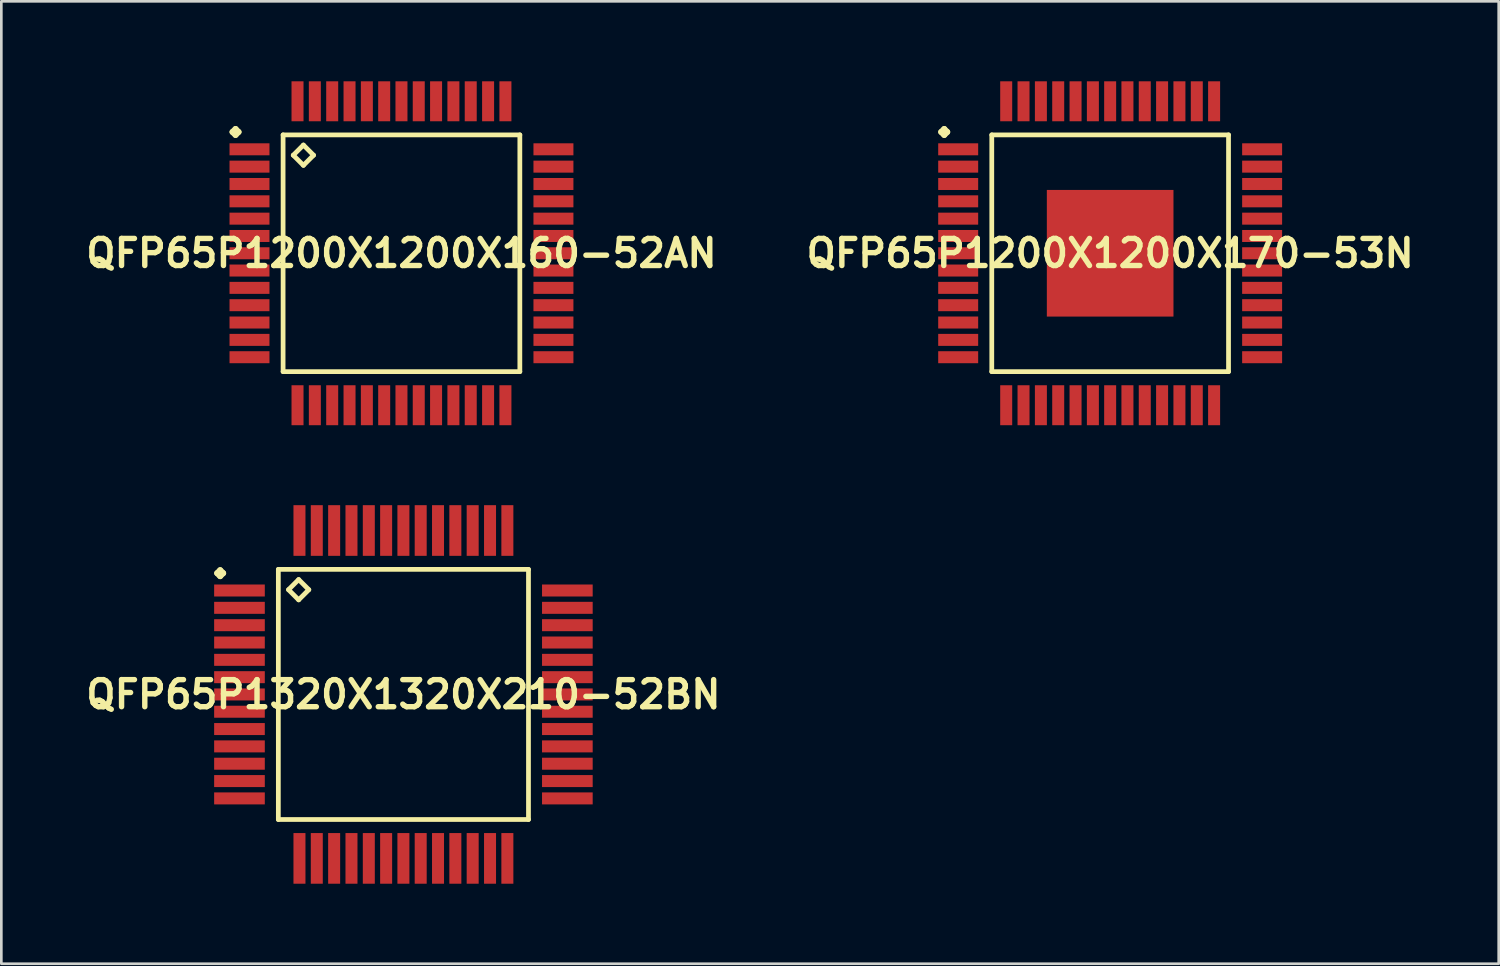
<source format=kicad_pcb>
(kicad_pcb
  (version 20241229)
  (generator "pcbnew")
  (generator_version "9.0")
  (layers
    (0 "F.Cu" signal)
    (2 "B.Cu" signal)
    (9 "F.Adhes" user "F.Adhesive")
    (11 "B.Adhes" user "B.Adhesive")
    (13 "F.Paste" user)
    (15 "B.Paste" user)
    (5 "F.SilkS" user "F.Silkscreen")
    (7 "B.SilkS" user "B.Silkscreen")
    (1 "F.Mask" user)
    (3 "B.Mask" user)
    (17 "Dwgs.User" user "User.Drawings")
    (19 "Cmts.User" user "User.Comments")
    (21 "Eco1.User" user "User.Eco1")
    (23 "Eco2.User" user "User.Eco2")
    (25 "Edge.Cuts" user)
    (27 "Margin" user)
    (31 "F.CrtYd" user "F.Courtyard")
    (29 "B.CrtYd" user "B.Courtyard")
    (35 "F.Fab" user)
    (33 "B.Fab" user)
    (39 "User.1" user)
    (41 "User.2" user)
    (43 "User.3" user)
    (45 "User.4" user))
  (footprint "QFP65P1320X1320X210-52BN"
    (layer "F.Cu")
    (at 12.081 22.997)
    (property "Reference" "QFP65P1320X1320X210-52BN" (at 0 0 0) (layer "F.SilkS") (effects (font (size 1.016 1.016) (thickness 0.203))))
    (attr smd)
    (fp_line (start -6.985 -4.549) (end -6.873 -4.661) (stroke (width 0.224) (type solid)) (layer "F.SilkS"))
    (fp_line (start -6.873 -4.661) (end -6.761 -4.549) (stroke (width 0.224) (type solid)) (layer "F.SilkS"))
    (fp_line (start -6.873 -4.437) (end -6.985 -4.549) (stroke (width 0.224) (type solid)) (layer "F.SilkS"))
    (fp_line (start -6.761 -4.549) (end -6.873 -4.437) (stroke (width 0.224) (type solid)) (layer "F.SilkS"))
    (fp_line (start -4.691 -4.691) (end -4.691 4.691) (stroke (width 0.178) (type solid)) (layer "F.SilkS"))
    (fp_line (start -4.691 4.691) (end 4.691 4.691) (stroke (width 0.178) (type solid)) (layer "F.SilkS"))
    (fp_line (start -4.31 -3.929) (end -3.929 -4.31) (stroke (width 0.178) (type solid)) (layer "F.SilkS"))
    (fp_line (start -3.929 -4.31) (end -3.548 -3.929) (stroke (width 0.178) (type solid)) (layer "F.SilkS"))
    (fp_line (start -3.929 -3.548) (end -4.31 -3.929) (stroke (width 0.178) (type solid)) (layer "F.SilkS"))
    (fp_line (start -3.548 -3.929) (end -3.929 -3.548) (stroke (width 0.178) (type solid)) (layer "F.SilkS"))
    (fp_line (start 4.691 -4.691) (end -4.691 -4.691) (stroke (width 0.178) (type solid)) (layer "F.SilkS"))
    (fp_line (start 4.691 4.691) (end 4.691 -4.691) (stroke (width 0.178) (type solid)) (layer "F.SilkS"))
    (pad "1" smd rect (at -6.149 -3.899) (size 1.9 0.45) (layers "F.Cu" "F.Mask" "F.Paste"))
    (pad "2" smd rect (at -6.149 -3.249) (size 1.9 0.45) (layers "F.Cu" "F.Mask" "F.Paste"))
    (pad "3" smd rect (at -6.149 -2.598) (size 1.9 0.45) (layers "F.Cu" "F.Mask" "F.Paste"))
    (pad "4" smd rect (at -6.149 -1.948) (size 1.9 0.45) (layers "F.Cu" "F.Mask" "F.Paste"))
    (pad "5" smd rect (at -6.149 -1.298) (size 1.9 0.45) (layers "F.Cu" "F.Mask" "F.Paste"))
    (pad "6" smd rect (at -6.149 -0.648) (size 1.9 0.45) (layers "F.Cu" "F.Mask" "F.Paste"))
    (pad "7" smd rect (at -6.149 0) (size 1.9 0.45) (layers "F.Cu" "F.Mask" "F.Paste"))
    (pad "8" smd rect (at -6.149 0.648) (size 1.9 0.45) (layers "F.Cu" "F.Mask" "F.Paste"))
    (pad "9" smd rect (at -6.149 1.298) (size 1.9 0.45) (layers "F.Cu" "F.Mask" "F.Paste"))
    (pad "10" smd rect (at -6.149 1.948) (size 1.9 0.45) (layers "F.Cu" "F.Mask" "F.Paste"))
    (pad "11" smd rect (at -6.149 2.598) (size 1.9 0.45) (layers "F.Cu" "F.Mask" "F.Paste"))
    (pad "12" smd rect (at -6.149 3.249) (size 1.9 0.45) (layers "F.Cu" "F.Mask" "F.Paste"))
    (pad "13" smd rect (at -6.149 3.899) (size 1.9 0.45) (layers "F.Cu" "F.Mask" "F.Paste"))
    (pad "14" smd rect (at -3.899 6.149) (size 0.45 1.9) (layers "F.Cu" "F.Mask" "F.Paste"))
    (pad "15" smd rect (at -3.249 6.149) (size 0.45 1.9) (layers "F.Cu" "F.Mask" "F.Paste"))
    (pad "16" smd rect (at -2.598 6.149) (size 0.45 1.9) (layers "F.Cu" "F.Mask" "F.Paste"))
    (pad "17" smd rect (at -1.948 6.149) (size 0.45 1.9) (layers "F.Cu" "F.Mask" "F.Paste"))
    (pad "18" smd rect (at -1.298 6.149) (size 0.45 1.9) (layers "F.Cu" "F.Mask" "F.Paste"))
    (pad "19" smd rect (at -0.648 6.149) (size 0.45 1.9) (layers "F.Cu" "F.Mask" "F.Paste"))
    (pad "20" smd rect (at 0 6.149) (size 0.45 1.9) (layers "F.Cu" "F.Mask" "F.Paste"))
    (pad "21" smd rect (at 0.648 6.149) (size 0.45 1.9) (layers "F.Cu" "F.Mask" "F.Paste"))
    (pad "22" smd rect (at 1.298 6.149) (size 0.45 1.9) (layers "F.Cu" "F.Mask" "F.Paste"))
    (pad "23" smd rect (at 1.948 6.149) (size 0.45 1.9) (layers "F.Cu" "F.Mask" "F.Paste"))
    (pad "24" smd rect (at 2.598 6.149) (size 0.45 1.9) (layers "F.Cu" "F.Mask" "F.Paste"))
    (pad "25" smd rect (at 3.249 6.149) (size 0.45 1.9) (layers "F.Cu" "F.Mask" "F.Paste"))
    (pad "26" smd rect (at 3.899 6.149) (size 0.45 1.9) (layers "F.Cu" "F.Mask" "F.Paste"))
    (pad "27" smd rect (at 6.149 3.899) (size 1.9 0.45) (layers "F.Cu" "F.Mask" "F.Paste"))
    (pad "28" smd rect (at 6.149 3.249) (size 1.9 0.45) (layers "F.Cu" "F.Mask" "F.Paste"))
    (pad "29" smd rect (at 6.149 2.598) (size 1.9 0.45) (layers "F.Cu" "F.Mask" "F.Paste"))
    (pad "30" smd rect (at 6.149 1.948) (size 1.9 0.45) (layers "F.Cu" "F.Mask" "F.Paste"))
    (pad "31" smd rect (at 6.149 1.298) (size 1.9 0.45) (layers "F.Cu" "F.Mask" "F.Paste"))
    (pad "32" smd rect (at 6.149 0.648) (size 1.9 0.45) (layers "F.Cu" "F.Mask" "F.Paste"))
    (pad "33" smd rect (at 6.149 0) (size 1.9 0.45) (layers "F.Cu" "F.Mask" "F.Paste"))
    (pad "34" smd rect (at 6.149 -0.648) (size 1.9 0.45) (layers "F.Cu" "F.Mask" "F.Paste"))
    (pad "35" smd rect (at 6.149 -1.298) (size 1.9 0.45) (layers "F.Cu" "F.Mask" "F.Paste"))
    (pad "36" smd rect (at 6.149 -1.948) (size 1.9 0.45) (layers "F.Cu" "F.Mask" "F.Paste"))
    (pad "37" smd rect (at 6.149 -2.598) (size 1.9 0.45) (layers "F.Cu" "F.Mask" "F.Paste"))
    (pad "38" smd rect (at 6.149 -3.249) (size 1.9 0.45) (layers "F.Cu" "F.Mask" "F.Paste"))
    (pad "39" smd rect (at 6.149 -3.899) (size 1.9 0.45) (layers "F.Cu" "F.Mask" "F.Paste"))
    (pad "40" smd rect (at 3.899 -6.149) (size 0.45 1.9) (layers "F.Cu" "F.Mask" "F.Paste"))
    (pad "41" smd rect (at 3.249 -6.149) (size 0.45 1.9) (layers "F.Cu" "F.Mask" "F.Paste"))
    (pad "42" smd rect (at 2.598 -6.149) (size 0.45 1.9) (layers "F.Cu" "F.Mask" "F.Paste"))
    (pad "43" smd rect (at 1.948 -6.149) (size 0.45 1.9) (layers "F.Cu" "F.Mask" "F.Paste"))
    (pad "44" smd rect (at 1.298 -6.149) (size 0.45 1.9) (layers "F.Cu" "F.Mask" "F.Paste"))
    (pad "45" smd rect (at 0.648 -6.149) (size 0.45 1.9) (layers "F.Cu" "F.Mask" "F.Paste"))
    (pad "46" smd rect (at 0 -6.149) (size 0.45 1.9) (layers "F.Cu" "F.Mask" "F.Paste"))
    (pad "47" smd rect (at -0.648 -6.149) (size 0.45 1.9) (layers "F.Cu" "F.Mask" "F.Paste"))
    (pad "48" smd rect (at -1.298 -6.149) (size 0.45 1.9) (layers "F.Cu" "F.Mask" "F.Paste"))
    (pad "49" smd rect (at -1.948 -6.149) (size 0.45 1.9) (layers "F.Cu" "F.Mask" "F.Paste"))
    (pad "50" smd rect (at -2.598 -6.149) (size 0.45 1.9) (layers "F.Cu" "F.Mask" "F.Paste"))
    (pad "51" smd rect (at -3.249 -6.149) (size 0.45 1.9) (layers "F.Cu" "F.Mask" "F.Paste"))
    (pad "52" smd rect (at -3.899 -6.149) (size 0.45 1.9) (layers "F.Cu" "F.Mask" "F.Paste")))
  (footprint "QFP65P1200X1200X170-53N"
    (layer "F.Cu")
    (at 38.589 6.449)
    (property "Reference" "QFP65P1200X1200X170-53N" (at 0 0 0) (layer "F.SilkS") (effects (font (size 1.016 1.016) (thickness 0.203))))
    (attr smd)
    (fp_line (start -6.337 -4.549) (end -6.223 -4.661) (stroke (width 0.224) (type solid)) (layer "F.SilkS"))
    (fp_line (start -6.223 -4.661) (end -6.111 -4.549) (stroke (width 0.224) (type solid)) (layer "F.SilkS"))
    (fp_line (start -6.223 -4.437) (end -6.337 -4.549) (stroke (width 0.224) (type solid)) (layer "F.SilkS"))
    (fp_line (start -6.111 -4.549) (end -6.223 -4.437) (stroke (width 0.224) (type solid)) (layer "F.SilkS"))
    (fp_line (start -4.44 -4.44) (end -4.44 4.44) (stroke (width 0.178) (type solid)) (layer "F.SilkS"))
    (fp_line (start -4.44 4.44) (end 4.44 4.44) (stroke (width 0.178) (type solid)) (layer "F.SilkS"))
    (fp_line (start 4.44 -4.44) (end -4.44 -4.44) (stroke (width 0.178) (type solid)) (layer "F.SilkS"))
    (fp_line (start 4.44 4.44) (end 4.44 -4.44) (stroke (width 0.178) (type solid)) (layer "F.SilkS"))
    (pad "1" smd rect (at -5.7 -3.899) (size 1.499 0.45) (layers "F.Cu" "F.Mask" "F.Paste"))
    (pad "2" smd rect (at -5.7 -3.249) (size 1.499 0.45) (layers "F.Cu" "F.Mask" "F.Paste"))
    (pad "3" smd rect (at -5.7 -2.598) (size 1.499 0.45) (layers "F.Cu" "F.Mask" "F.Paste"))
    (pad "4" smd rect (at -5.7 -1.948) (size 1.499 0.45) (layers "F.Cu" "F.Mask" "F.Paste"))
    (pad "5" smd rect (at -5.7 -1.298) (size 1.499 0.45) (layers "F.Cu" "F.Mask" "F.Paste"))
    (pad "6" smd rect (at -5.7 -0.648) (size 1.499 0.45) (layers "F.Cu" "F.Mask" "F.Paste"))
    (pad "7" smd rect (at -5.7 0) (size 1.499 0.45) (layers "F.Cu" "F.Mask" "F.Paste"))
    (pad "8" smd rect (at -5.7 0.648) (size 1.499 0.45) (layers "F.Cu" "F.Mask" "F.Paste"))
    (pad "9" smd rect (at -5.7 1.298) (size 1.499 0.45) (layers "F.Cu" "F.Mask" "F.Paste"))
    (pad "10" smd rect (at -5.7 1.948) (size 1.499 0.45) (layers "F.Cu" "F.Mask" "F.Paste"))
    (pad "11" smd rect (at -5.7 2.598) (size 1.499 0.45) (layers "F.Cu" "F.Mask" "F.Paste"))
    (pad "12" smd rect (at -5.7 3.249) (size 1.499 0.45) (layers "F.Cu" "F.Mask" "F.Paste"))
    (pad "13" smd rect (at -5.7 3.899) (size 1.499 0.45) (layers "F.Cu" "F.Mask" "F.Paste"))
    (pad "14" smd rect (at -3.899 5.7) (size 0.45 1.499) (layers "F.Cu" "F.Mask" "F.Paste"))
    (pad "15" smd rect (at -3.249 5.7) (size 0.45 1.499) (layers "F.Cu" "F.Mask" "F.Paste"))
    (pad "16" smd rect (at -2.598 5.7) (size 0.45 1.499) (layers "F.Cu" "F.Mask" "F.Paste"))
    (pad "17" smd rect (at -1.948 5.7) (size 0.45 1.499) (layers "F.Cu" "F.Mask" "F.Paste"))
    (pad "18" smd rect (at -1.298 5.7) (size 0.45 1.499) (layers "F.Cu" "F.Mask" "F.Paste"))
    (pad "19" smd rect (at -0.648 5.7) (size 0.45 1.499) (layers "F.Cu" "F.Mask" "F.Paste"))
    (pad "20" smd rect (at 0 5.7) (size 0.45 1.499) (layers "F.Cu" "F.Mask" "F.Paste"))
    (pad "21" smd rect (at 0.648 5.7) (size 0.45 1.499) (layers "F.Cu" "F.Mask" "F.Paste"))
    (pad "22" smd rect (at 1.298 5.7) (size 0.45 1.499) (layers "F.Cu" "F.Mask" "F.Paste"))
    (pad "23" smd rect (at 1.948 5.7) (size 0.45 1.499) (layers "F.Cu" "F.Mask" "F.Paste"))
    (pad "24" smd rect (at 2.598 5.7) (size 0.45 1.499) (layers "F.Cu" "F.Mask" "F.Paste"))
    (pad "25" smd rect (at 3.249 5.7) (size 0.45 1.499) (layers "F.Cu" "F.Mask" "F.Paste"))
    (pad "26" smd rect (at 3.899 5.7) (size 0.45 1.499) (layers "F.Cu" "F.Mask" "F.Paste"))
    (pad "27" smd rect (at 5.7 3.899) (size 1.499 0.45) (layers "F.Cu" "F.Mask" "F.Paste"))
    (pad "28" smd rect (at 5.7 3.249) (size 1.499 0.45) (layers "F.Cu" "F.Mask" "F.Paste"))
    (pad "29" smd rect (at 5.7 2.598) (size 1.499 0.45) (layers "F.Cu" "F.Mask" "F.Paste"))
    (pad "30" smd rect (at 5.7 1.948) (size 1.499 0.45) (layers "F.Cu" "F.Mask" "F.Paste"))
    (pad "31" smd rect (at 5.7 1.298) (size 1.499 0.45) (layers "F.Cu" "F.Mask" "F.Paste"))
    (pad "32" smd rect (at 5.7 0.648) (size 1.499 0.45) (layers "F.Cu" "F.Mask" "F.Paste"))
    (pad "33" smd rect (at 5.7 0) (size 1.499 0.45) (layers "F.Cu" "F.Mask" "F.Paste"))
    (pad "34" smd rect (at 5.7 -0.648) (size 1.499 0.45) (layers "F.Cu" "F.Mask" "F.Paste"))
    (pad "35" smd rect (at 5.7 -1.298) (size 1.499 0.45) (layers "F.Cu" "F.Mask" "F.Paste"))
    (pad "36" smd rect (at 5.7 -1.948) (size 1.499 0.45) (layers "F.Cu" "F.Mask" "F.Paste"))
    (pad "37" smd rect (at 5.7 -2.598) (size 1.499 0.45) (layers "F.Cu" "F.Mask" "F.Paste"))
    (pad "38" smd rect (at 5.7 -3.249) (size 1.499 0.45) (layers "F.Cu" "F.Mask" "F.Paste"))
    (pad "39" smd rect (at 5.7 -3.899) (size 1.499 0.45) (layers "F.Cu" "F.Mask" "F.Paste"))
    (pad "40" smd rect (at 3.899 -5.7) (size 0.45 1.499) (layers "F.Cu" "F.Mask" "F.Paste"))
    (pad "41" smd rect (at 3.249 -5.7) (size 0.45 1.499) (layers "F.Cu" "F.Mask" "F.Paste"))
    (pad "42" smd rect (at 2.598 -5.7) (size 0.45 1.499) (layers "F.Cu" "F.Mask" "F.Paste"))
    (pad "43" smd rect (at 1.948 -5.7) (size 0.45 1.499) (layers "F.Cu" "F.Mask" "F.Paste"))
    (pad "44" smd rect (at 1.298 -5.7) (size 0.45 1.499) (layers "F.Cu" "F.Mask" "F.Paste"))
    (pad "45" smd rect (at 0.648 -5.7) (size 0.45 1.499) (layers "F.Cu" "F.Mask" "F.Paste"))
    (pad "46" smd rect (at 0 -5.7) (size 0.45 1.499) (layers "F.Cu" "F.Mask" "F.Paste"))
    (pad "47" smd rect (at -0.648 -5.7) (size 0.45 1.499) (layers "F.Cu" "F.Mask" "F.Paste"))
    (pad "48" smd rect (at -1.298 -5.7) (size 0.45 1.499) (layers "F.Cu" "F.Mask" "F.Paste"))
    (pad "49" smd rect (at -1.948 -5.7) (size 0.45 1.499) (layers "F.Cu" "F.Mask" "F.Paste"))
    (pad "50" smd rect (at -2.598 -5.7) (size 0.45 1.499) (layers "F.Cu" "F.Mask" "F.Paste"))
    (pad "51" smd rect (at -3.249 -5.7) (size 0.45 1.499) (layers "F.Cu" "F.Mask" "F.Paste"))
    (pad "52" smd rect (at -3.899 -5.7) (size 0.45 1.499) (layers "F.Cu" "F.Mask" "F.Paste"))
    (pad "53" smd rect (at 0 0) (size 4.75 4.75) (layers "F.Cu" "F.Mask" "F.Paste")))
  (footprint "QFP65P1200X1200X160-52AN"
    (layer "F.Cu")
    (at 12.008 6.449)
    (property "Reference" "QFP65P1200X1200X160-52AN" (at 0 0 0) (layer "F.SilkS") (effects (font (size 1.016 1.016) (thickness 0.203))))
    (attr smd)
    (fp_line (start -6.337 -4.549) (end -6.223 -4.661) (stroke (width 0.224) (type solid)) (layer "F.SilkS"))
    (fp_line (start -6.223 -4.661) (end -6.111 -4.549) (stroke (width 0.224) (type solid)) (layer "F.SilkS"))
    (fp_line (start -6.223 -4.437) (end -6.337 -4.549) (stroke (width 0.224) (type solid)) (layer "F.SilkS"))
    (fp_line (start -6.111 -4.549) (end -6.223 -4.437) (stroke (width 0.224) (type solid)) (layer "F.SilkS"))
    (fp_line (start -4.44 -4.44) (end -4.44 4.44) (stroke (width 0.178) (type solid)) (layer "F.SilkS"))
    (fp_line (start -4.44 4.44) (end 4.44 4.44) (stroke (width 0.178) (type solid)) (layer "F.SilkS"))
    (fp_line (start -4.059 -3.678) (end -3.678 -4.059) (stroke (width 0.178) (type solid)) (layer "F.SilkS"))
    (fp_line (start -3.678 -4.059) (end -3.297 -3.678) (stroke (width 0.178) (type solid)) (layer "F.SilkS"))
    (fp_line (start -3.678 -3.297) (end -4.059 -3.678) (stroke (width 0.178) (type solid)) (layer "F.SilkS"))
    (fp_line (start -3.297 -3.678) (end -3.678 -3.297) (stroke (width 0.178) (type solid)) (layer "F.SilkS"))
    (fp_line (start 4.44 -4.44) (end -4.44 -4.44) (stroke (width 0.178) (type solid)) (layer "F.SilkS"))
    (fp_line (start 4.44 4.44) (end 4.44 -4.44) (stroke (width 0.178) (type solid)) (layer "F.SilkS"))
    (pad "1" smd rect (at -5.7 -3.899) (size 1.499 0.45) (layers "F.Cu" "F.Mask" "F.Paste"))
    (pad "2" smd rect (at -5.7 -3.249) (size 1.499 0.45) (layers "F.Cu" "F.Mask" "F.Paste"))
    (pad "3" smd rect (at -5.7 -2.598) (size 1.499 0.45) (layers "F.Cu" "F.Mask" "F.Paste"))
    (pad "4" smd rect (at -5.7 -1.948) (size 1.499 0.45) (layers "F.Cu" "F.Mask" "F.Paste"))
    (pad "5" smd rect (at -5.7 -1.298) (size 1.499 0.45) (layers "F.Cu" "F.Mask" "F.Paste"))
    (pad "6" smd rect (at -5.7 -0.648) (size 1.499 0.45) (layers "F.Cu" "F.Mask" "F.Paste"))
    (pad "7" smd rect (at -5.7 0) (size 1.499 0.45) (layers "F.Cu" "F.Mask" "F.Paste"))
    (pad "8" smd rect (at -5.7 0.648) (size 1.499 0.45) (layers "F.Cu" "F.Mask" "F.Paste"))
    (pad "9" smd rect (at -5.7 1.298) (size 1.499 0.45) (layers "F.Cu" "F.Mask" "F.Paste"))
    (pad "10" smd rect (at -5.7 1.948) (size 1.499 0.45) (layers "F.Cu" "F.Mask" "F.Paste"))
    (pad "11" smd rect (at -5.7 2.598) (size 1.499 0.45) (layers "F.Cu" "F.Mask" "F.Paste"))
    (pad "12" smd rect (at -5.7 3.249) (size 1.499 0.45) (layers "F.Cu" "F.Mask" "F.Paste"))
    (pad "13" smd rect (at -5.7 3.899) (size 1.499 0.45) (layers "F.Cu" "F.Mask" "F.Paste"))
    (pad "14" smd rect (at -3.899 5.7) (size 0.45 1.499) (layers "F.Cu" "F.Mask" "F.Paste"))
    (pad "15" smd rect (at -3.249 5.7) (size 0.45 1.499) (layers "F.Cu" "F.Mask" "F.Paste"))
    (pad "16" smd rect (at -2.598 5.7) (size 0.45 1.499) (layers "F.Cu" "F.Mask" "F.Paste"))
    (pad "17" smd rect (at -1.948 5.7) (size 0.45 1.499) (layers "F.Cu" "F.Mask" "F.Paste"))
    (pad "18" smd rect (at -1.298 5.7) (size 0.45 1.499) (layers "F.Cu" "F.Mask" "F.Paste"))
    (pad "19" smd rect (at -0.648 5.7) (size 0.45 1.499) (layers "F.Cu" "F.Mask" "F.Paste"))
    (pad "20" smd rect (at 0 5.7) (size 0.45 1.499) (layers "F.Cu" "F.Mask" "F.Paste"))
    (pad "21" smd rect (at 0.648 5.7) (size 0.45 1.499) (layers "F.Cu" "F.Mask" "F.Paste"))
    (pad "22" smd rect (at 1.298 5.7) (size 0.45 1.499) (layers "F.Cu" "F.Mask" "F.Paste"))
    (pad "23" smd rect (at 1.948 5.7) (size 0.45 1.499) (layers "F.Cu" "F.Mask" "F.Paste"))
    (pad "24" smd rect (at 2.598 5.7) (size 0.45 1.499) (layers "F.Cu" "F.Mask" "F.Paste"))
    (pad "25" smd rect (at 3.249 5.7) (size 0.45 1.499) (layers "F.Cu" "F.Mask" "F.Paste"))
    (pad "26" smd rect (at 3.899 5.7) (size 0.45 1.499) (layers "F.Cu" "F.Mask" "F.Paste"))
    (pad "27" smd rect (at 5.7 3.899) (size 1.499 0.45) (layers "F.Cu" "F.Mask" "F.Paste"))
    (pad "28" smd rect (at 5.7 3.249) (size 1.499 0.45) (layers "F.Cu" "F.Mask" "F.Paste"))
    (pad "29" smd rect (at 5.7 2.598) (size 1.499 0.45) (layers "F.Cu" "F.Mask" "F.Paste"))
    (pad "30" smd rect (at 5.7 1.948) (size 1.499 0.45) (layers "F.Cu" "F.Mask" "F.Paste"))
    (pad "31" smd rect (at 5.7 1.298) (size 1.499 0.45) (layers "F.Cu" "F.Mask" "F.Paste"))
    (pad "32" smd rect (at 5.7 0.648) (size 1.499 0.45) (layers "F.Cu" "F.Mask" "F.Paste"))
    (pad "33" smd rect (at 5.7 0) (size 1.499 0.45) (layers "F.Cu" "F.Mask" "F.Paste"))
    (pad "34" smd rect (at 5.7 -0.648) (size 1.499 0.45) (layers "F.Cu" "F.Mask" "F.Paste"))
    (pad "35" smd rect (at 5.7 -1.298) (size 1.499 0.45) (layers "F.Cu" "F.Mask" "F.Paste"))
    (pad "36" smd rect (at 5.7 -1.948) (size 1.499 0.45) (layers "F.Cu" "F.Mask" "F.Paste"))
    (pad "37" smd rect (at 5.7 -2.598) (size 1.499 0.45) (layers "F.Cu" "F.Mask" "F.Paste"))
    (pad "38" smd rect (at 5.7 -3.249) (size 1.499 0.45) (layers "F.Cu" "F.Mask" "F.Paste"))
    (pad "39" smd rect (at 5.7 -3.899) (size 1.499 0.45) (layers "F.Cu" "F.Mask" "F.Paste"))
    (pad "40" smd rect (at 3.899 -5.7) (size 0.45 1.499) (layers "F.Cu" "F.Mask" "F.Paste"))
    (pad "41" smd rect (at 3.249 -5.7) (size 0.45 1.499) (layers "F.Cu" "F.Mask" "F.Paste"))
    (pad "42" smd rect (at 2.598 -5.7) (size 0.45 1.499) (layers "F.Cu" "F.Mask" "F.Paste"))
    (pad "43" smd rect (at 1.948 -5.7) (size 0.45 1.499) (layers "F.Cu" "F.Mask" "F.Paste"))
    (pad "44" smd rect (at 1.298 -5.7) (size 0.45 1.499) (layers "F.Cu" "F.Mask" "F.Paste"))
    (pad "45" smd rect (at 0.648 -5.7) (size 0.45 1.499) (layers "F.Cu" "F.Mask" "F.Paste"))
    (pad "46" smd rect (at 0 -5.7) (size 0.45 1.499) (layers "F.Cu" "F.Mask" "F.Paste"))
    (pad "47" smd rect (at -0.648 -5.7) (size 0.45 1.499) (layers "F.Cu" "F.Mask" "F.Paste"))
    (pad "48" smd rect (at -1.298 -5.7) (size 0.45 1.499) (layers "F.Cu" "F.Mask" "F.Paste"))
    (pad "49" smd rect (at -1.948 -5.7) (size 0.45 1.499) (layers "F.Cu" "F.Mask" "F.Paste"))
    (pad "50" smd rect (at -2.598 -5.7) (size 0.45 1.499) (layers "F.Cu" "F.Mask" "F.Paste"))
    (pad "51" smd rect (at -3.249 -5.7) (size 0.45 1.499) (layers "F.Cu" "F.Mask" "F.Paste"))
    (pad "52" smd rect (at -3.899 -5.7) (size 0.45 1.499) (layers "F.Cu" "F.Mask" "F.Paste")))
  (gr_rect
    (start -3 -3)
    (end 53.162 33.097)
    (stroke (width 0.1) (type default))
    (fill no)
    (layer "Edge.Cuts")))
</source>
